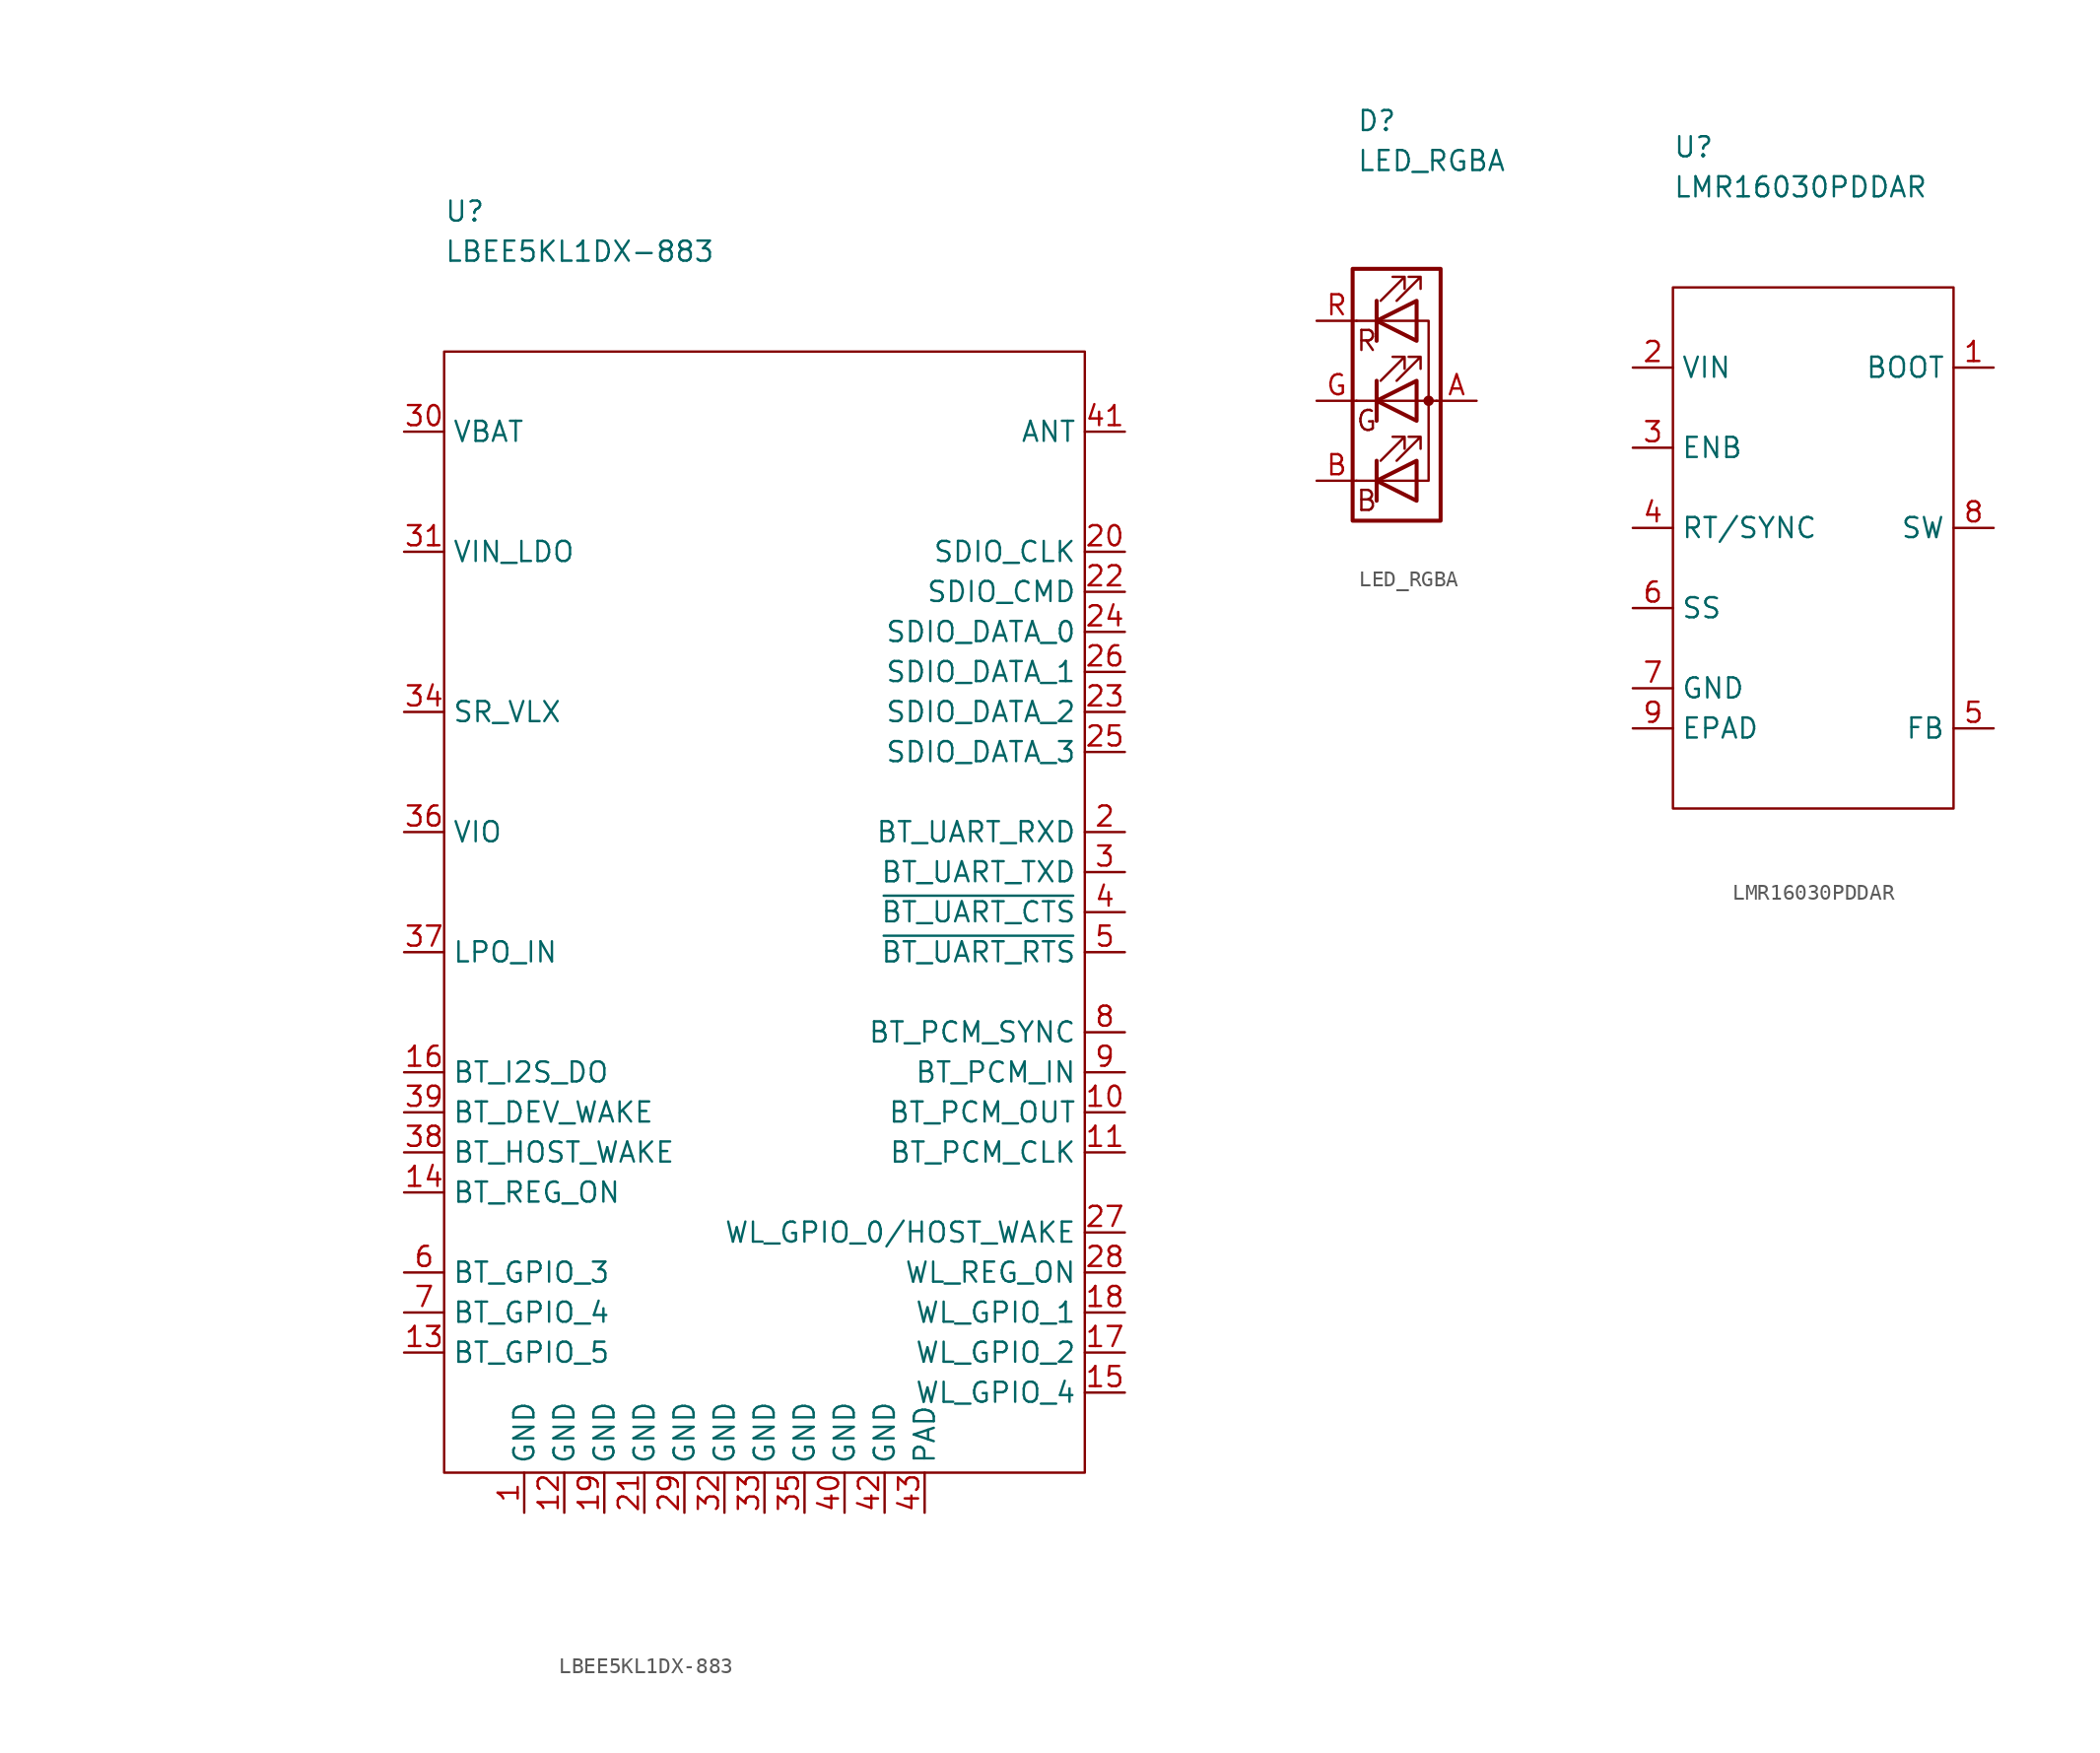
<source format=kicad_sym>
(kicad_symbol_lib
  (version 20211014)
  (generator kicad_symbol_editor)
  (symbol "LBEE5KL1DX-883"
    (property "Reference" "U"
      (at 0 8.89 0)
      (effects (font (size 1.27 1.27)) (justify left)))
    (property "Value" "LBEE5KL1DX-883"
      (at 0 6.35 0)
      (effects (font (size 1.27 1.27)) (justify left)))
    (symbol "LBEE5KL1DX-883_0_0"
      (text "" (at -17.78 0 0) (effects (font (size 1.27 1.27)))))
    (symbol "LBEE5KL1DX-883_0_1"
      (rectangle (start 0 0) (end 40.64 -71.12) (stroke (width 0.152) (type default) (color 0 0 0 0)) (fill (type none))))
    (symbol "LBEE5KL1DX-883_1_1"
      (pin passive line (at 5.08 -73.66 90) (length 2.54) (name "GND" (effects (font (size 1.27 1.27)))) (number "1" (effects (font (size 1.27 1.27)))))
      (pin passive line (at 43.18 -48.26 180) (length 2.54) (name "BT_PCM_OUT" (effects (font (size 1.27 1.27)))) (number "10" (effects (font (size 1.27 1.27)))))
      (pin passive line (at 43.18 -50.8 180) (length 2.54) (name "BT_PCM_CLK" (effects (font (size 1.27 1.27)))) (number "11" (effects (font (size 1.27 1.27)))))
      (pin passive line (at 7.62 -73.66 90) (length 2.54) (name "GND" (effects (font (size 1.27 1.27)))) (number "12" (effects (font (size 1.27 1.27)))))
      (pin passive line (at -2.54 -63.5 0) (length 2.54) (name "BT_GPIO_5" (effects (font (size 1.27 1.27)))) (number "13" (effects (font (size 1.27 1.27)))))
      (pin passive line (at -2.54 -53.34 0) (length 2.54) (name "BT_REG_ON" (effects (font (size 1.27 1.27)))) (number "14" (effects (font (size 1.27 1.27)))))
      (pin passive line (at 43.18 -66.04 180) (length 2.54) (name "WL_GPIO_4" (effects (font (size 1.27 1.27)))) (number "15" (effects (font (size 1.27 1.27)))))
      (pin passive line (at -2.54 -45.72 0) (length 2.54) (name "BT_I2S_DO" (effects (font (size 1.27 1.27)))) (number "16" (effects (font (size 1.27 1.27)))))
      (pin passive line (at 43.18 -63.5 180) (length 2.54) (name "WL_GPIO_2" (effects (font (size 1.27 1.27)))) (number "17" (effects (font (size 1.27 1.27)))))
      (pin passive line (at 43.18 -60.96 180) (length 2.54) (name "WL_GPIO_1" (effects (font (size 1.27 1.27)))) (number "18" (effects (font (size 1.27 1.27)))))
      (pin passive line (at 10.16 -73.66 90) (length 2.54) (name "GND" (effects (font (size 1.27 1.27)))) (number "19" (effects (font (size 1.27 1.27)))))
      (pin passive line (at 43.18 -30.48 180) (length 2.54) (name "BT_UART_RXD" (effects (font (size 1.27 1.27)))) (number "2" (effects (font (size 1.27 1.27)))))
      (pin passive line (at 43.18 -12.7 180) (length 2.54) (name "SDIO_CLK" (effects (font (size 1.27 1.27)))) (number "20" (effects (font (size 1.27 1.27)))))
      (pin passive line (at 12.7 -73.66 90) (length 2.54) (name "GND" (effects (font (size 1.27 1.27)))) (number "21" (effects (font (size 1.27 1.27)))))
      (pin passive line (at 43.18 -15.24 180) (length 2.54) (name "SDIO_CMD" (effects (font (size 1.27 1.27)))) (number "22" (effects (font (size 1.27 1.27)))))
      (pin passive line (at 43.18 -22.86 180) (length 2.54) (name "SDIO_DATA_2" (effects (font (size 1.27 1.27)))) (number "23" (effects (font (size 1.27 1.27)))))
      (pin passive line (at 43.18 -17.78 180) (length 2.54) (name "SDIO_DATA_0" (effects (font (size 1.27 1.27)))) (number "24" (effects (font (size 1.27 1.27)))))
      (pin passive line (at 43.18 -25.4 180) (length 2.54) (name "SDIO_DATA_3" (effects (font (size 1.27 1.27)))) (number "25" (effects (font (size 1.27 1.27)))))
      (pin passive line (at 43.18 -20.32 180) (length 2.54) (name "SDIO_DATA_1" (effects (font (size 1.27 1.27)))) (number "26" (effects (font (size 1.27 1.27)))))
      (pin passive line (at 43.18 -55.88 180) (length 2.54) (name "WL_GPIO_0/HOST_WAKE" (effects (font (size 1.27 1.27)))) (number "27" (effects (font (size 1.27 1.27)))))
      (pin passive line (at 43.18 -58.42 180) (length 2.54) (name "WL_REG_ON" (effects (font (size 1.27 1.27)))) (number "28" (effects (font (size 1.27 1.27)))))
      (pin passive line (at 15.24 -73.66 90) (length 2.54) (name "GND" (effects (font (size 1.27 1.27)))) (number "29" (effects (font (size 1.27 1.27)))))
      (pin passive line (at 43.18 -33.02 180) (length 2.54) (name "BT_UART_TXD" (effects (font (size 1.27 1.27)))) (number "3" (effects (font (size 1.27 1.27)))))
      (pin passive line (at -2.54 -5.08 0) (length 2.54) (name "VBAT" (effects (font (size 1.27 1.27)))) (number "30" (effects (font (size 1.27 1.27)))))
      (pin passive line (at -2.54 -12.7 0) (length 2.54) (name "VIN_LDO" (effects (font (size 1.27 1.27)))) (number "31" (effects (font (size 1.27 1.27)))))
      (pin passive line (at 17.78 -73.66 90) (length 2.54) (name "GND" (effects (font (size 1.27 1.27)))) (number "32" (effects (font (size 1.27 1.27)))))
      (pin passive line (at 20.32 -73.66 90) (length 2.54) (name "GND" (effects (font (size 1.27 1.27)))) (number "33" (effects (font (size 1.27 1.27)))))
      (pin passive line (at -2.54 -22.86 0) (length 2.54) (name "SR_VLX" (effects (font (size 1.27 1.27)))) (number "34" (effects (font (size 1.27 1.27)))))
      (pin passive line (at 22.86 -73.66 90) (length 2.54) (name "GND" (effects (font (size 1.27 1.27)))) (number "35" (effects (font (size 1.27 1.27)))))
      (pin passive line (at -2.54 -30.48 0) (length 2.54) (name "VIO" (effects (font (size 1.27 1.27)))) (number "36" (effects (font (size 1.27 1.27)))))
      (pin passive line (at -2.54 -38.1 0) (length 2.54) (name "LPO_IN" (effects (font (size 1.27 1.27)))) (number "37" (effects (font (size 1.27 1.27)))))
      (pin passive line (at -2.54 -50.8 0) (length 2.54) (name "BT_HOST_WAKE" (effects (font (size 1.27 1.27)))) (number "38" (effects (font (size 1.27 1.27)))))
      (pin passive line (at -2.54 -48.26 0) (length 2.54) (name "BT_DEV_WAKE" (effects (font (size 1.27 1.27)))) (number "39" (effects (font (size 1.27 1.27)))))
      (pin passive line (at 43.18 -35.56 180) (length 2.54) (name "~{BT_UART_CTS}" (effects (font (size 1.27 1.27)))) (number "4" (effects (font (size 1.27 1.27)))))
      (pin passive line (at 25.4 -73.66 90) (length 2.54) (name "GND" (effects (font (size 1.27 1.27)))) (number "40" (effects (font (size 1.27 1.27)))))
      (pin passive line (at 43.18 -5.08 180) (length 2.54) (name "ANT" (effects (font (size 1.27 1.27)))) (number "41" (effects (font (size 1.27 1.27)))))
      (pin passive line (at 27.94 -73.66 90) (length 2.54) (name "GND" (effects (font (size 1.27 1.27)))) (number "42" (effects (font (size 1.27 1.27)))))
      (pin passive line (at 30.48 -73.66 90) (length 2.54) (name "PAD" (effects (font (size 1.27 1.27)))) (number "43" (effects (font (size 1.27 1.27)))))
      (pin passive line (at 43.18 -38.1 180) (length 2.54) (name "~{BT_UART_RTS}" (effects (font (size 1.27 1.27)))) (number "5" (effects (font (size 1.27 1.27)))))
      (pin passive line (at -2.54 -58.42 0) (length 2.54) (name "BT_GPIO_3" (effects (font (size 1.27 1.27)))) (number "6" (effects (font (size 1.27 1.27)))))
      (pin passive line (at -2.54 -60.96 0) (length 2.54) (name "BT_GPIO_4" (effects (font (size 1.27 1.27)))) (number "7" (effects (font (size 1.27 1.27)))))
      (pin passive line (at 43.18 -43.18 180) (length 2.54) (name "BT_PCM_SYNC" (effects (font (size 1.27 1.27)))) (number "8" (effects (font (size 1.27 1.27)))))
      (pin passive line (at 43.18 -45.72 180) (length 2.54) (name "BT_PCM_IN" (effects (font (size 1.27 1.27)))) (number "9" (effects (font (size 1.27 1.27)))))))
  (symbol "LED_RGBA"
    (pin_names
      (offset 0) hide)
    (property "Reference" "D"
      (at -2.54 17.78 0)
      (effects (font (size 1.27 1.27)) (justify left)))
    (property "Value" "LED_RGBA"
      (at -2.54 15.24 0)
      (effects (font (size 1.27 1.27)) (justify left)))
    (symbol "LED_RGBA_0_0"
      (text "B" (at -1.905 -6.35 0) (effects (font (size 1.27 1.27))))
      (text "G" (at -1.905 -1.27 0) (effects (font (size 1.27 1.27))))
      (text "R" (at -1.905 3.81 0) (effects (font (size 1.27 1.27)))))
    (symbol "LED_RGBA_0_1"
      (polyline (pts (xy -1.27 -5.08) (xy -2.54 -5.08)) (stroke (width 0) (type default) (color 0 0 0 0)) (fill (type none)))
      (polyline (pts (xy -1.27 -5.08) (xy 1.27 -5.08)) (stroke (width 0) (type default) (color 0 0 0 0)) (fill (type none)))
      (polyline (pts (xy -1.27 -3.81) (xy -1.27 -6.35)) (stroke (width 0.254) (type default) (color 0 0 0 0)) (fill (type none)))
      (polyline (pts (xy -1.27 0) (xy -2.54 0)) (stroke (width 0) (type default) (color 0 0 0 0)) (fill (type none)))
      (polyline (pts (xy -1.27 1.27) (xy -1.27 -1.27)) (stroke (width 0.254) (type default) (color 0 0 0 0)) (fill (type none)))
      (polyline (pts (xy -1.27 5.08) (xy -2.54 5.08)) (stroke (width 0) (type default) (color 0 0 0 0)) (fill (type none)))
      (polyline (pts (xy -1.27 5.08) (xy 1.27 5.08)) (stroke (width 0) (type default) (color 0 0 0 0)) (fill (type none)))
      (polyline (pts (xy -1.27 6.35) (xy -1.27 3.81)) (stroke (width 0.254) (type default) (color 0 0 0 0)) (fill (type none)))
      (polyline (pts (xy 1.27 0) (xy -1.27 0)) (stroke (width 0) (type default) (color 0 0 0 0)) (fill (type none)))
      (polyline (pts (xy 1.27 0) (xy 2.54 0)) (stroke (width 0) (type default) (color 0 0 0 0)) (fill (type none)))
      (polyline (pts (xy -1.27 1.27) (xy -1.27 -1.27) (xy -1.27 -1.27)) (stroke (width 0) (type default) (color 0 0 0 0)) (fill (type none)))
      (polyline (pts (xy -1.27 6.35) (xy -1.27 3.81) (xy -1.27 3.81)) (stroke (width 0) (type default) (color 0 0 0 0)) (fill (type none)))
      (polyline (pts (xy 1.27 -5.08) (xy 2.032 -5.08) (xy 2.032 5.08) (xy 1.27 5.08)) (stroke (width 0) (type default) (color 0 0 0 0)) (fill (type none)))
      (polyline (pts (xy 1.27 -3.81) (xy 1.27 -6.35) (xy -1.27 -5.08) (xy 1.27 -3.81)) (stroke (width 0.254) (type default) (color 0 0 0 0)) (fill (type none)))
      (polyline (pts (xy 1.27 1.27) (xy 1.27 -1.27) (xy -1.27 0) (xy 1.27 1.27)) (stroke (width 0.254) (type default) (color 0 0 0 0)) (fill (type none)))
      (polyline (pts (xy 1.27 6.35) (xy 1.27 3.81) (xy -1.27 5.08) (xy 1.27 6.35)) (stroke (width 0.254) (type default) (color 0 0 0 0)) (fill (type none)))
      (polyline (pts (xy -1.016 -3.81) (xy 0.508 -2.286) (xy -0.254 -2.286) (xy 0.508 -2.286) (xy 0.508 -3.048)) (stroke (width 0) (type default) (color 0 0 0 0)) (fill (type none)))
      (polyline (pts (xy -1.016 1.27) (xy 0.508 2.794) (xy -0.254 2.794) (xy 0.508 2.794) (xy 0.508 2.032)) (stroke (width 0) (type default) (color 0 0 0 0)) (fill (type none)))
      (polyline (pts (xy -1.016 6.35) (xy 0.508 7.874) (xy -0.254 7.874) (xy 0.508 7.874) (xy 0.508 7.112)) (stroke (width 0) (type default) (color 0 0 0 0)) (fill (type none)))
      (polyline (pts (xy 0 -3.81) (xy 1.524 -2.286) (xy 0.762 -2.286) (xy 1.524 -2.286) (xy 1.524 -3.048)) (stroke (width 0) (type default) (color 0 0 0 0)) (fill (type none)))
      (polyline (pts (xy 0 1.27) (xy 1.524 2.794) (xy 0.762 2.794) (xy 1.524 2.794) (xy 1.524 2.032)) (stroke (width 0) (type default) (color 0 0 0 0)) (fill (type none)))
      (polyline (pts (xy 0 6.35) (xy 1.524 7.874) (xy 0.762 7.874) (xy 1.524 7.874) (xy 1.524 7.112)) (stroke (width 0) (type default) (color 0 0 0 0)) (fill (type none)))
      (rectangle (start 1.27 -1.27) (end 1.27 1.27) (stroke (width 0) (type default) (color 0 0 0 0)) (fill (type none)))
      (rectangle (start 1.27 1.27) (end 1.27 1.27) (stroke (width 0) (type default) (color 0 0 0 0)) (fill (type none)))
      (rectangle (start 1.27 3.81) (end 1.27 6.35) (stroke (width 0) (type default) (color 0 0 0 0)) (fill (type none)))
      (rectangle (start 1.27 6.35) (end 1.27 6.35) (stroke (width 0) (type default) (color 0 0 0 0)) (fill (type none)))
      (circle (center 2.032 0) (radius 0.254) (stroke (width 0) (type default) (color 0 0 0 0)) (fill (type outline)))
      (rectangle (start 2.794 8.382) (end -2.794 -7.62) (stroke (width 0.254) (type default) (color 0 0 0 0)) (fill (type none))))
    (symbol "LED_RGBA_1_1"
      (pin passive line (at 5.08 0 180) (length 2.54) (name "A" (effects (font (size 1.27 1.27)))) (number "A" (effects (font (size 1.27 1.27)))))
      (pin passive line (at -5.08 -5.08 0) (length 2.54) (name "BK" (effects (font (size 1.27 1.27)))) (number "B" (effects (font (size 1.27 1.27)))))
      (pin passive line (at -5.08 0 0) (length 2.54) (name "GK" (effects (font (size 1.27 1.27)))) (number "G" (effects (font (size 1.27 1.27)))))
      (pin passive line (at -5.08 5.08 0) (length 2.54) (name "RK" (effects (font (size 1.27 1.27)))) (number "R" (effects (font (size 1.27 1.27)))))))
  (symbol "LMR16030PDDAR"
    (property "Reference" "U"
      (at 0 8.89 0)
      (effects (font (size 1.27 1.27)) (justify left)))
    (property "Value" "LMR16030PDDAR"
      (at 0 6.35 0)
      (effects (font (size 1.27 1.27)) (justify left)))
    (symbol "LMR16030PDDAR_0_1"
      (rectangle (start 0 0) (end 17.78 -33.02) (stroke (width 0.152) (type default) (color 0 0 0 0)) (fill (type none))))
    (symbol "LMR16030PDDAR_1_1"
      (pin passive line (at 20.32 -5.08 180) (length 2.54) (name "BOOT" (effects (font (size 1.27 1.27)))) (number "1" (effects (font (size 1.27 1.27)))))
      (pin passive line (at -2.54 -5.08 0) (length 2.54) (name "VIN" (effects (font (size 1.27 1.27)))) (number "2" (effects (font (size 1.27 1.27)))))
      (pin passive line (at -2.54 -10.16 0) (length 2.54) (name "ENB" (effects (font (size 1.27 1.27)))) (number "3" (effects (font (size 1.27 1.27)))))
      (pin passive line (at -2.54 -15.24 0) (length 2.54) (name "RT/SYNC" (effects (font (size 1.27 1.27)))) (number "4" (effects (font (size 1.27 1.27)))))
      (pin passive line (at 20.32 -27.94 180) (length 2.54) (name "FB" (effects (font (size 1.27 1.27)))) (number "5" (effects (font (size 1.27 1.27)))))
      (pin passive line (at -2.54 -20.32 0) (length 2.54) (name "SS" (effects (font (size 1.27 1.27)))) (number "6" (effects (font (size 1.27 1.27)))))
      (pin passive line (at -2.54 -25.4 0) (length 2.54) (name "GND" (effects (font (size 1.27 1.27)))) (number "7" (effects (font (size 1.27 1.27)))))
      (pin passive line (at 20.32 -15.24 180) (length 2.54) (name "SW" (effects (font (size 1.27 1.27)))) (number "8" (effects (font (size 1.27 1.27)))))
      (pin passive line (at -2.54 -27.94 0) (length 2.54) (name "EPAD" (effects (font (size 1.27 1.27)))) (number "9" (effects (font (size 1.27 1.27))))))))
</source>
